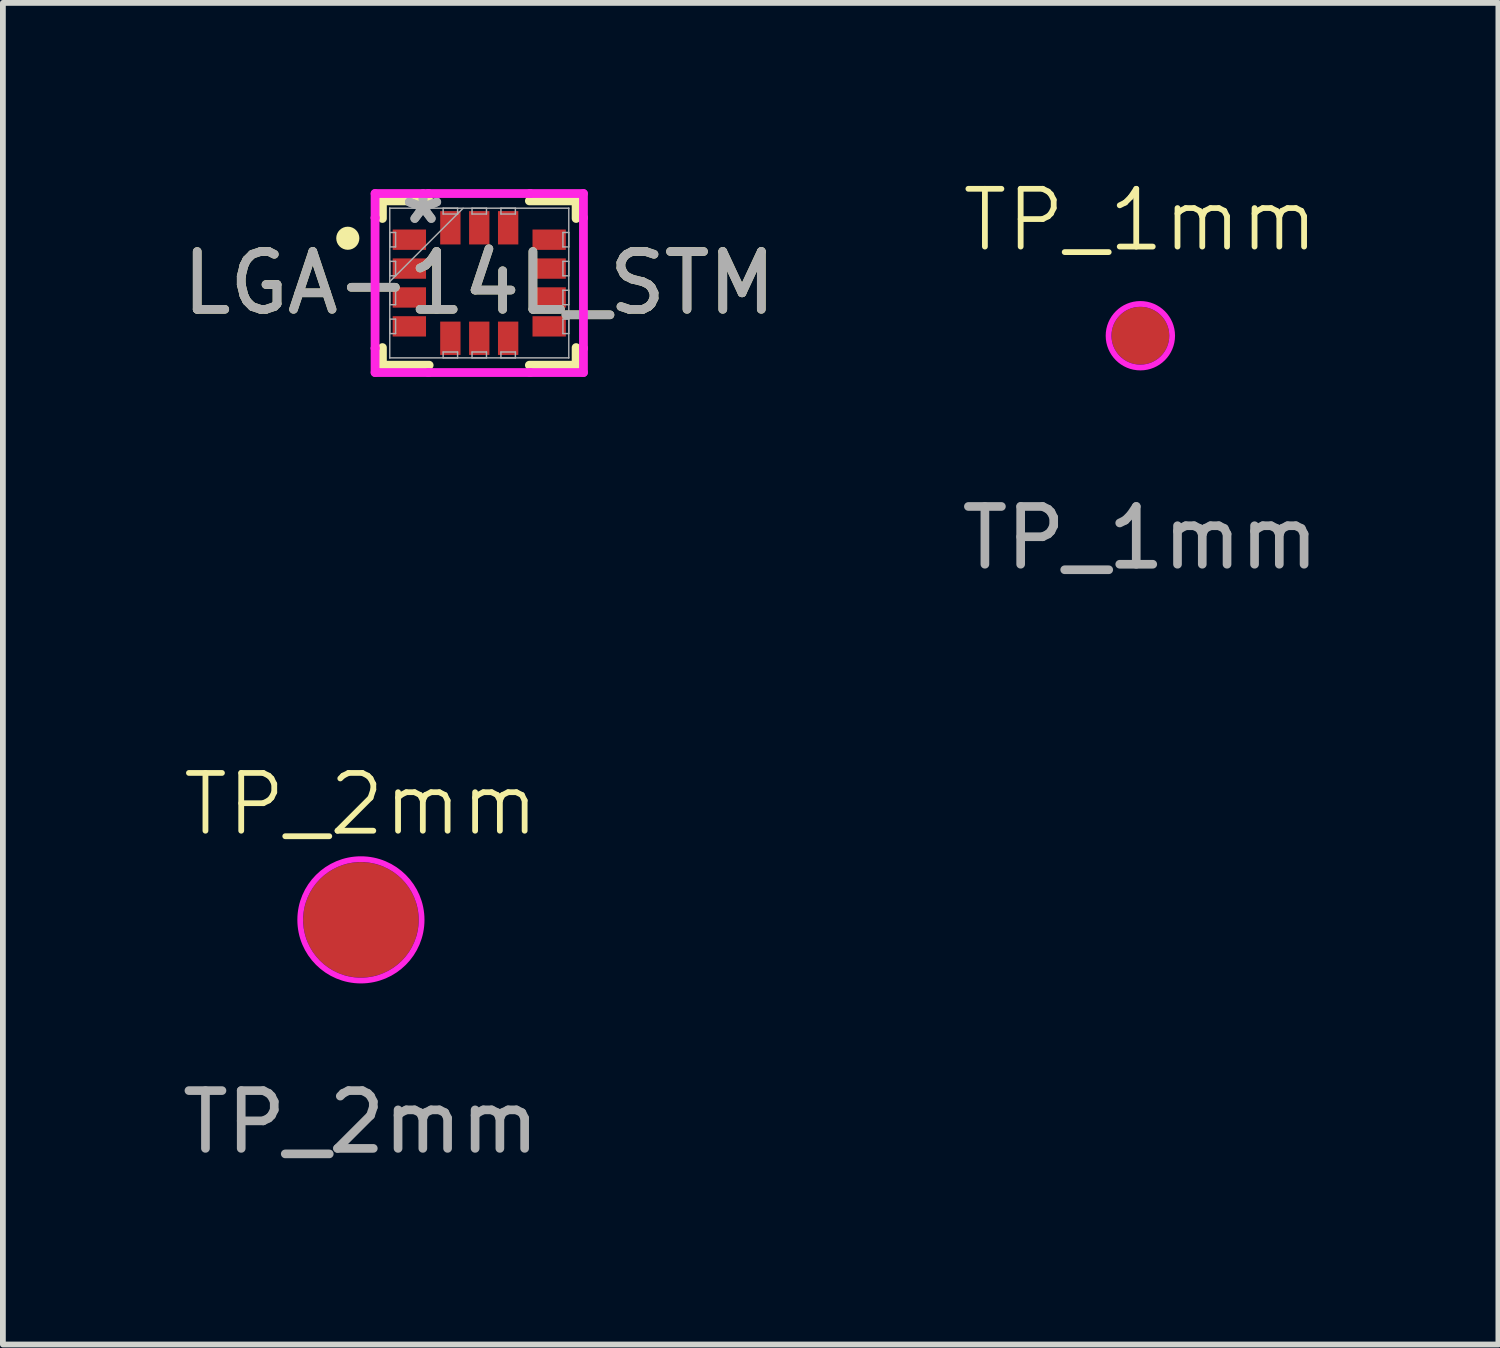
<source format=kicad_pcb>
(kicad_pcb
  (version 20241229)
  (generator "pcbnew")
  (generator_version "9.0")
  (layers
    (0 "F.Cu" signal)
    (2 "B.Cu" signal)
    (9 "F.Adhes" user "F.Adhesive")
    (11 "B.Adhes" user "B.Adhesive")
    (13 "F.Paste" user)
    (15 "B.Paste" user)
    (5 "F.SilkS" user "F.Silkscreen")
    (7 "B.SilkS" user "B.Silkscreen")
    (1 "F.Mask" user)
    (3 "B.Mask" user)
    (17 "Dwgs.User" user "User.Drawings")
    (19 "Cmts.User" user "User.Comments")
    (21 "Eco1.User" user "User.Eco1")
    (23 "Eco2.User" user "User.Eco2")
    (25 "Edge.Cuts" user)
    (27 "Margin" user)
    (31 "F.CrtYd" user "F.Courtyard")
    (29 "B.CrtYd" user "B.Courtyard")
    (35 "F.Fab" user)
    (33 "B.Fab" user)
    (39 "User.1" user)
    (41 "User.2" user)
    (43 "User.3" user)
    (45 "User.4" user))
  (footprint "TP_1mm"
    (layer "F.Cu")
    (at 16.685 2.76)
    (property "Reference" "TP_1mm" (at 0 -2 0) (unlocked yes) (layer "F.SilkS") (effects (font (size 1 1) (thickness 0.1))))
    (attr smd)
    (fp_circle (center 0 0) (end 0.55 0) (stroke (width 0.1) (type default)) (fill no) (layer "F.CrtYd"))
    (fp_text user "${REFERENCE}" (at 0 3.5 0) (unlocked yes) (layer "F.Fab") (effects (font (size 1 1) (thickness 0.15))))
    (pad "1" smd circle (at 0 0) (size 1 1) (layers "F.Cu" "F.Mask")))
  (footprint "TP_2mm"
    (layer "F.Cu")
    (at 3.196 12.869)
    (property "Reference" "TP_2mm" (at 0 -2 0) (unlocked yes) (layer "F.SilkS") (effects (font (size 1 1) (thickness 0.1))))
    (attr smd)
    (fp_circle (center 0 0) (end 1.05 0) (stroke (width 0.1) (type default)) (fill no) (layer "F.CrtYd"))
    (fp_text user "${REFERENCE}" (at 0 3.5 0) (unlocked yes) (layer "F.Fab") (effects (font (size 1 1) (thickness 0.15))))
    (pad "1" smd circle (at 0 0) (size 2 2) (layers "F.Cu" "F.Mask")))
  (footprint "LGA-14L_STM"
    (layer "F.Cu")
    (at 5.244 1.848)
    (property "Reference" "LGA-14L_STM" (at 0 0 0) (unlocked yes) (layer "F.SilkS") (effects (font (size 1 1) (thickness 0.15))))
    (attr smd)
    (fp_line (start -1.676 -1.422) (end -1.676 -1.117) (stroke (width 0.152) (type solid)) (layer "F.SilkS"))
    (fp_line (start -1.676 1.117) (end -1.676 1.422) (stroke (width 0.152) (type solid)) (layer "F.SilkS"))
    (fp_line (start -1.676 1.422) (end -0.867 1.422) (stroke (width 0.152) (type solid)) (layer "F.SilkS"))
    (fp_line (start -0.867 -1.422) (end -1.676 -1.422) (stroke (width 0.152) (type solid)) (layer "F.SilkS"))
    (fp_line (start 0.867 1.422) (end 1.676 1.422) (stroke (width 0.152) (type solid)) (layer "F.SilkS"))
    (fp_line (start 1.676 -1.422) (end 0.867 -1.422) (stroke (width 0.152) (type solid)) (layer "F.SilkS"))
    (fp_line (start 1.676 -1.117) (end 1.676 -1.422) (stroke (width 0.152) (type solid)) (layer "F.SilkS"))
    (fp_line (start 1.676 1.422) (end 1.676 1.117) (stroke (width 0.152) (type solid)) (layer "F.SilkS"))
    (fp_circle (center -2.275 -0.775) (end -2.125 -0.775) (stroke (width 0.1) (type solid)) (fill yes) (layer "F.SilkS"))
    (fp_line (start -1.803 -1.549) (end -0.879 -1.549) (stroke (width 0.152) (type solid)) (layer "F.CrtYd"))
    (fp_line (start -1.803 -1.129) (end -1.803 -1.549) (stroke (width 0.152) (type solid)) (layer "F.CrtYd"))
    (fp_line (start -1.803 -1.129) (end -1.803 -1.129) (stroke (width 0.152) (type solid)) (layer "F.CrtYd"))
    (fp_line (start -1.803 1.129) (end -1.803 -1.129) (stroke (width 0.152) (type solid)) (layer "F.CrtYd"))
    (fp_line (start -1.803 1.129) (end -1.803 1.129) (stroke (width 0.152) (type solid)) (layer "F.CrtYd"))
    (fp_line (start -1.803 1.549) (end -1.803 1.129) (stroke (width 0.152) (type solid)) (layer "F.CrtYd"))
    (fp_line (start -0.879 -1.549) (end -0.879 -1.549) (stroke (width 0.152) (type solid)) (layer "F.CrtYd"))
    (fp_line (start -0.879 -1.549) (end 0.879 -1.549) (stroke (width 0.152) (type solid)) (layer "F.CrtYd"))
    (fp_line (start -0.879 1.549) (end -1.803 1.549) (stroke (width 0.152) (type solid)) (layer "F.CrtYd"))
    (fp_line (start -0.879 1.549) (end -0.879 1.549) (stroke (width 0.152) (type solid)) (layer "F.CrtYd"))
    (fp_line (start 0.879 -1.549) (end 0.879 -1.549) (stroke (width 0.152) (type solid)) (layer "F.CrtYd"))
    (fp_line (start 0.879 -1.549) (end 1.803 -1.549) (stroke (width 0.152) (type solid)) (layer "F.CrtYd"))
    (fp_line (start 0.879 1.549) (end -0.879 1.549) (stroke (width 0.152) (type solid)) (layer "F.CrtYd"))
    (fp_line (start 0.879 1.549) (end 0.879 1.549) (stroke (width 0.152) (type solid)) (layer "F.CrtYd"))
    (fp_line (start 1.803 -1.549) (end 1.803 -1.129) (stroke (width 0.152) (type solid)) (layer "F.CrtYd"))
    (fp_line (start 1.803 -1.129) (end 1.803 -1.129) (stroke (width 0.152) (type solid)) (layer "F.CrtYd"))
    (fp_line (start 1.803 -1.129) (end 1.803 1.129) (stroke (width 0.152) (type solid)) (layer "F.CrtYd"))
    (fp_line (start 1.803 1.129) (end 1.803 1.129) (stroke (width 0.152) (type solid)) (layer "F.CrtYd"))
    (fp_line (start 1.803 1.129) (end 1.803 1.549) (stroke (width 0.152) (type solid)) (layer "F.CrtYd"))
    (fp_line (start 1.803 1.549) (end 0.879 1.549) (stroke (width 0.152) (type solid)) (layer "F.CrtYd"))
    (fp_line (start -1.549 -1.295) (end -1.549 -1.295) (stroke (width 0.025) (type solid)) (layer "F.Fab"))
    (fp_line (start -1.549 -1.295) (end -1.549 1.295) (stroke (width 0.025) (type solid)) (layer "F.Fab"))
    (fp_line (start -1.549 -0.875) (end -1.448 -0.875) (stroke (width 0.025) (type solid)) (layer "F.Fab"))
    (fp_line (start -1.549 -0.625) (end -1.549 -0.875) (stroke (width 0.025) (type solid)) (layer "F.Fab"))
    (fp_line (start -1.549 -0.375) (end -1.448 -0.375) (stroke (width 0.025) (type solid)) (layer "F.Fab"))
    (fp_line (start -1.549 -0.125) (end -1.549 -0.375) (stroke (width 0.025) (type solid)) (layer "F.Fab"))
    (fp_line (start -1.549 -0.025) (end -0.279 -1.295) (stroke (width 0.025) (type solid)) (layer "F.Fab"))
    (fp_line (start -1.549 0.125) (end -1.448 0.125) (stroke (width 0.025) (type solid)) (layer "F.Fab"))
    (fp_line (start -1.549 0.375) (end -1.549 0.125) (stroke (width 0.025) (type solid)) (layer "F.Fab"))
    (fp_line (start -1.549 0.625) (end -1.448 0.625) (stroke (width 0.025) (type solid)) (layer "F.Fab"))
    (fp_line (start -1.549 0.875) (end -1.549 0.625) (stroke (width 0.025) (type solid)) (layer "F.Fab"))
    (fp_line (start -1.549 1.295) (end -1.549 1.295) (stroke (width 0.025) (type solid)) (layer "F.Fab"))
    (fp_line (start -1.549 1.295) (end 1.549 1.295) (stroke (width 0.025) (type solid)) (layer "F.Fab"))
    (fp_line (start -1.448 -0.875) (end -1.448 -0.625) (stroke (width 0.025) (type solid)) (layer "F.Fab"))
    (fp_line (start -1.448 -0.625) (end -1.549 -0.625) (stroke (width 0.025) (type solid)) (layer "F.Fab"))
    (fp_line (start -1.448 -0.375) (end -1.448 -0.125) (stroke (width 0.025) (type solid)) (layer "F.Fab"))
    (fp_line (start -1.448 -0.125) (end -1.549 -0.125) (stroke (width 0.025) (type solid)) (layer "F.Fab"))
    (fp_line (start -1.448 0.125) (end -1.448 0.375) (stroke (width 0.025) (type solid)) (layer "F.Fab"))
    (fp_line (start -1.448 0.375) (end -1.549 0.375) (stroke (width 0.025) (type solid)) (layer "F.Fab"))
    (fp_line (start -1.448 0.625) (end -1.448 0.875) (stroke (width 0.025) (type solid)) (layer "F.Fab"))
    (fp_line (start -1.448 0.875) (end -1.549 0.875) (stroke (width 0.025) (type solid)) (layer "F.Fab"))
    (fp_line (start -0.625 -1.295) (end -0.375 -1.295) (stroke (width 0.025) (type solid)) (layer "F.Fab"))
    (fp_line (start -0.625 -1.194) (end -0.625 -1.295) (stroke (width 0.025) (type solid)) (layer "F.Fab"))
    (fp_line (start -0.625 1.194) (end -0.375 1.194) (stroke (width 0.025) (type solid)) (layer "F.Fab"))
    (fp_line (start -0.625 1.295) (end -0.625 1.194) (stroke (width 0.025) (type solid)) (layer "F.Fab"))
    (fp_line (start -0.375 -1.295) (end -0.375 -1.194) (stroke (width 0.025) (type solid)) (layer "F.Fab"))
    (fp_line (start -0.375 -1.194) (end -0.625 -1.194) (stroke (width 0.025) (type solid)) (layer "F.Fab"))
    (fp_line (start -0.375 1.194) (end -0.375 1.295) (stroke (width 0.025) (type solid)) (layer "F.Fab"))
    (fp_line (start -0.375 1.295) (end -0.625 1.295) (stroke (width 0.025) (type solid)) (layer "F.Fab"))
    (fp_line (start -0.125 -1.295) (end 0.125 -1.295) (stroke (width 0.025) (type solid)) (layer "F.Fab"))
    (fp_line (start -0.125 -1.194) (end -0.125 -1.295) (stroke (width 0.025) (type solid)) (layer "F.Fab"))
    (fp_line (start -0.125 1.194) (end 0.125 1.194) (stroke (width 0.025) (type solid)) (layer "F.Fab"))
    (fp_line (start -0.125 1.295) (end -0.125 1.194) (stroke (width 0.025) (type solid)) (layer "F.Fab"))
    (fp_line (start 0.125 -1.295) (end 0.125 -1.194) (stroke (width 0.025) (type solid)) (layer "F.Fab"))
    (fp_line (start 0.125 -1.194) (end -0.125 -1.194) (stroke (width 0.025) (type solid)) (layer "F.Fab"))
    (fp_line (start 0.125 1.194) (end 0.125 1.295) (stroke (width 0.025) (type solid)) (layer "F.Fab"))
    (fp_line (start 0.125 1.295) (end -0.125 1.295) (stroke (width 0.025) (type solid)) (layer "F.Fab"))
    (fp_line (start 0.375 -1.295) (end 0.625 -1.295) (stroke (width 0.025) (type solid)) (layer "F.Fab"))
    (fp_line (start 0.375 -1.194) (end 0.375 -1.295) (stroke (width 0.025) (type solid)) (layer "F.Fab"))
    (fp_line (start 0.375 1.194) (end 0.625 1.194) (stroke (width 0.025) (type solid)) (layer "F.Fab"))
    (fp_line (start 0.375 1.295) (end 0.375 1.194) (stroke (width 0.025) (type solid)) (layer "F.Fab"))
    (fp_line (start 0.625 -1.295) (end 0.625 -1.194) (stroke (width 0.025) (type solid)) (layer "F.Fab"))
    (fp_line (start 0.625 -1.194) (end 0.375 -1.194) (stroke (width 0.025) (type solid)) (layer "F.Fab"))
    (fp_line (start 0.625 1.194) (end 0.625 1.295) (stroke (width 0.025) (type solid)) (layer "F.Fab"))
    (fp_line (start 0.625 1.295) (end 0.375 1.295) (stroke (width 0.025) (type solid)) (layer "F.Fab"))
    (fp_line (start 1.448 -0.875) (end 1.549 -0.875) (stroke (width 0.025) (type solid)) (layer "F.Fab"))
    (fp_line (start 1.448 -0.625) (end 1.448 -0.875) (stroke (width 0.025) (type solid)) (layer "F.Fab"))
    (fp_line (start 1.448 -0.375) (end 1.549 -0.375) (stroke (width 0.025) (type solid)) (layer "F.Fab"))
    (fp_line (start 1.448 -0.125) (end 1.448 -0.375) (stroke (width 0.025) (type solid)) (layer "F.Fab"))
    (fp_line (start 1.448 0.125) (end 1.549 0.125) (stroke (width 0.025) (type solid)) (layer "F.Fab"))
    (fp_line (start 1.448 0.375) (end 1.448 0.125) (stroke (width 0.025) (type solid)) (layer "F.Fab"))
    (fp_line (start 1.448 0.625) (end 1.549 0.625) (stroke (width 0.025) (type solid)) (layer "F.Fab"))
    (fp_line (start 1.448 0.875) (end 1.448 0.625) (stroke (width 0.025) (type solid)) (layer "F.Fab"))
    (fp_line (start 1.549 -1.295) (end -1.549 -1.295) (stroke (width 0.025) (type solid)) (layer "F.Fab"))
    (fp_line (start 1.549 -1.295) (end 1.549 -1.295) (stroke (width 0.025) (type solid)) (layer "F.Fab"))
    (fp_line (start 1.549 -0.875) (end 1.549 -0.625) (stroke (width 0.025) (type solid)) (layer "F.Fab"))
    (fp_line (start 1.549 -0.625) (end 1.448 -0.625) (stroke (width 0.025) (type solid)) (layer "F.Fab"))
    (fp_line (start 1.549 -0.375) (end 1.549 -0.125) (stroke (width 0.025) (type solid)) (layer "F.Fab"))
    (fp_line (start 1.549 -0.125) (end 1.448 -0.125) (stroke (width 0.025) (type solid)) (layer "F.Fab"))
    (fp_line (start 1.549 0.125) (end 1.549 0.375) (stroke (width 0.025) (type solid)) (layer "F.Fab"))
    (fp_line (start 1.549 0.375) (end 1.448 0.375) (stroke (width 0.025) (type solid)) (layer "F.Fab"))
    (fp_line (start 1.549 0.625) (end 1.549 0.875) (stroke (width 0.025) (type solid)) (layer "F.Fab"))
    (fp_line (start 1.549 0.875) (end 1.448 0.875) (stroke (width 0.025) (type solid)) (layer "F.Fab"))
    (fp_line (start 1.549 1.295) (end 1.549 -1.295) (stroke (width 0.025) (type solid)) (layer "F.Fab"))
    (fp_line (start 1.549 1.295) (end 1.549 1.295) (stroke (width 0.025) (type solid)) (layer "F.Fab"))
    (fp_text user "*" (at -0.973 -1 0) (layer "F.Fab") (effects (font (size 1 1) (thickness 0.15))))
    (fp_text user "${REFERENCE}" (at 0 0 0) (unlocked yes) (layer "F.Fab") (effects (font (size 1 1) (thickness 0.15))))
    (fp_text user "*" (at -0.973 -1 0) (unlocked yes) (layer "F.Fab") (effects (font (size 1 1) (thickness 0.15))))
    (pad "1" smd rect (at -1.21 -0.75 90) (size 0.352 0.577) (layers "F.Cu" "F.Mask" "F.Paste"))
    (pad "2" smd rect (at -1.21 -0.25 90) (size 0.352 0.577) (layers "F.Cu" "F.Mask" "F.Paste"))
    (pad "3" smd rect (at -1.21 0.25 90) (size 0.352 0.577) (layers "F.Cu" "F.Mask" "F.Paste"))
    (pad "4" smd rect (at -1.21 0.75 90) (size 0.352 0.577) (layers "F.Cu" "F.Mask" "F.Paste"))
    (pad "5" smd rect (at -0.5 0.956) (size 0.352 0.577) (layers "F.Cu" "F.Mask" "F.Paste"))
    (pad "6" smd rect (at 0 0.956) (size 0.352 0.577) (layers "F.Cu" "F.Mask" "F.Paste"))
    (pad "7" smd rect (at 0.5 0.956) (size 0.352 0.577) (layers "F.Cu" "F.Mask" "F.Paste"))
    (pad "8" smd rect (at 1.21 0.75 90) (size 0.352 0.577) (layers "F.Cu" "F.Mask" "F.Paste"))
    (pad "9" smd rect (at 1.21 0.25 90) (size 0.352 0.577) (layers "F.Cu" "F.Mask" "F.Paste"))
    (pad "10" smd rect (at 1.21 -0.25 90) (size 0.352 0.577) (layers "F.Cu" "F.Mask" "F.Paste"))
    (pad "11" smd rect (at 1.21 -0.75 90) (size 0.352 0.577) (layers "F.Cu" "F.Mask" "F.Paste"))
    (pad "12" smd rect (at 0.5 -0.956) (size 0.352 0.577) (layers "F.Cu" "F.Mask" "F.Paste"))
    (pad "13" smd rect (at 0 -0.956) (size 0.352 0.577) (layers "F.Cu" "F.Mask" "F.Paste"))
    (pad "14" smd rect (at -0.5 -0.956) (size 0.352 0.577) (layers "F.Cu" "F.Mask" "F.Paste")))
  (gr_rect
    (start -3 -3)
    (end 22.881 20.218)
    (stroke (width 0.1) (type default))
    (fill no)
    (layer "Edge.Cuts")))
</source>
